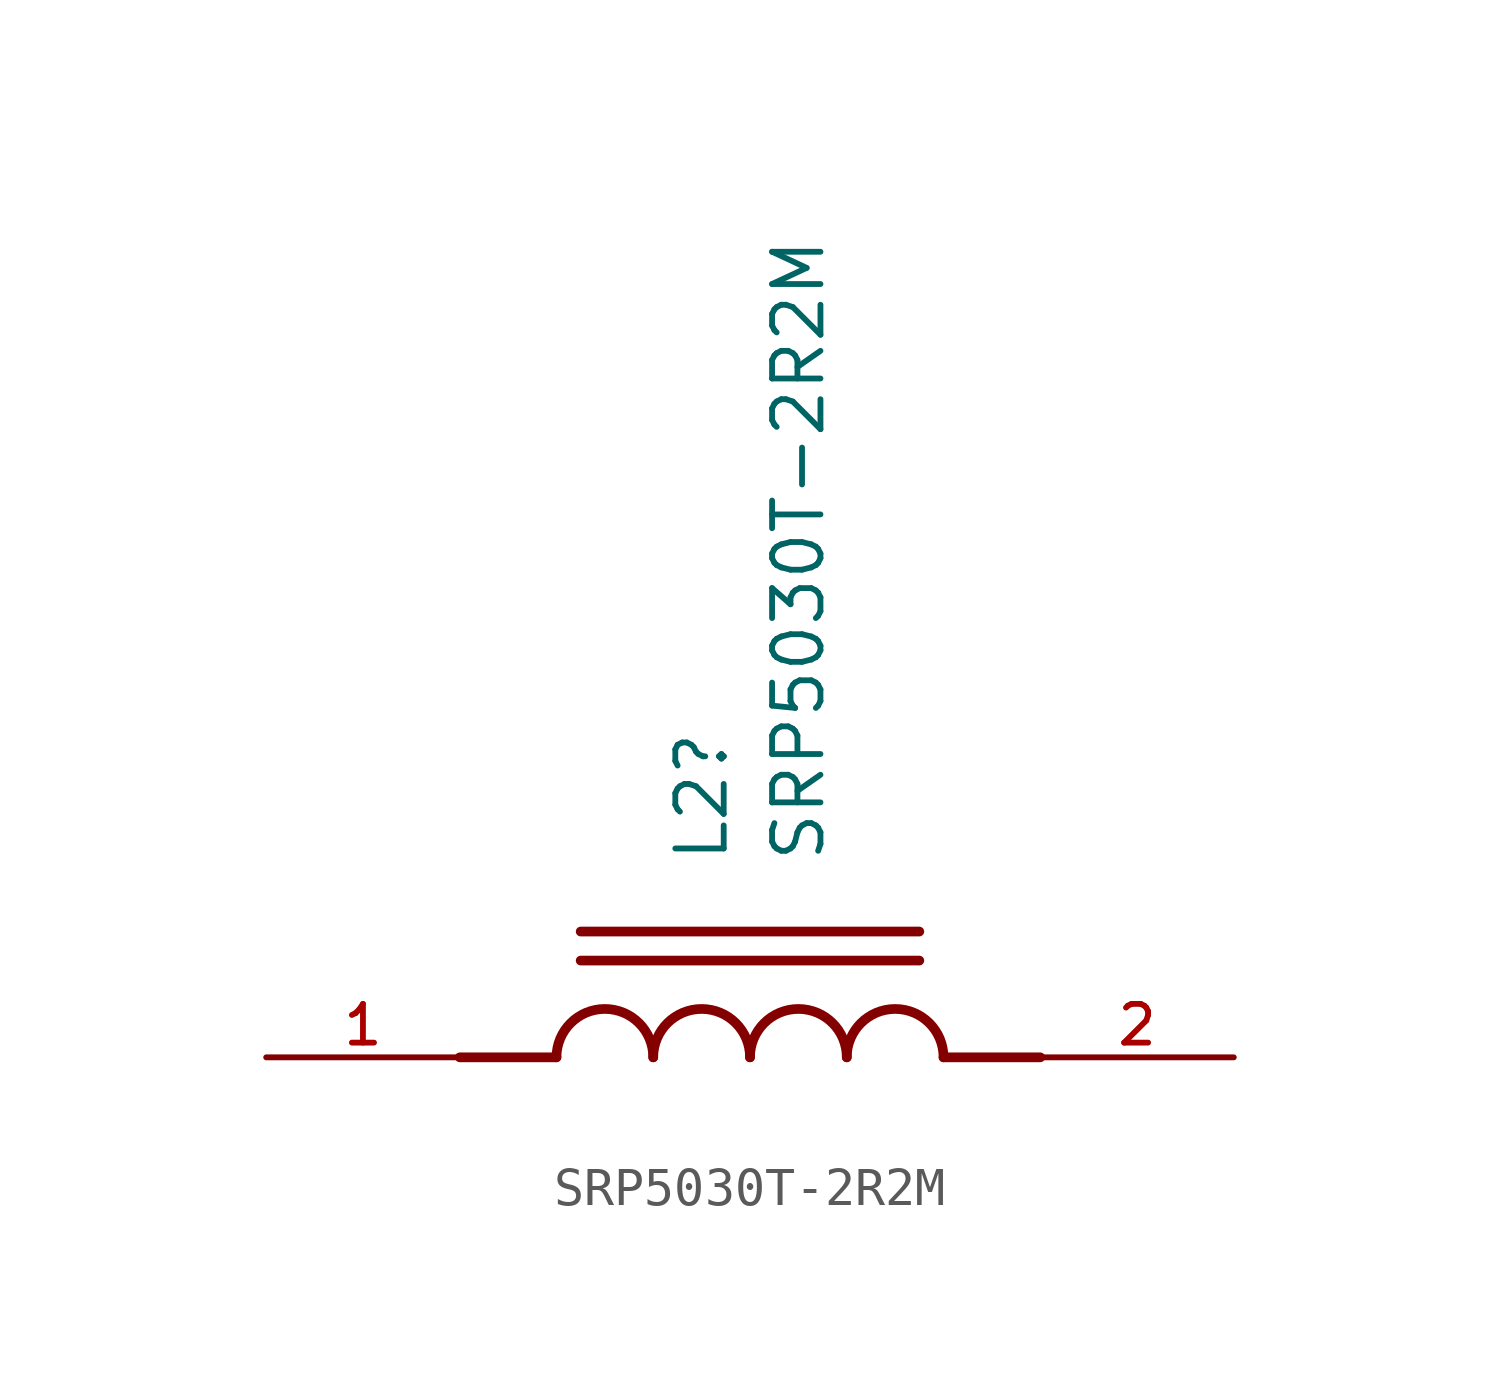
<source format=kicad_sym>
(kicad_symbol_lib
  (version 20241209)
  (generator "kicad_symbol_editor")
  (generator_version "9.0")
  (symbol "SRP5030T-2R2M"
    (pin_names
      (offset 1.016))
    (property "Reference" "L2"
      (at -1.27 5.08 90)
      (effects (font (size 1.27 1.27)) (justify left)))
    (property "Value" "SRP5030T-2R2M"
      (at 1.27 5.08 90)
      (effects (font (size 1.27 1.27)) (justify left)))
    (symbol "SRP5030T-2R2M_0_0"
      (polyline (pts (xy -5.08 0) (xy -7.62 0)) (stroke (width 0.254) (type default)) (fill (type none)))
      (polyline (pts (xy -4.445 3.302) (xy 4.445 3.302)) (stroke (width 0.254) (type default)) (fill (type none)))
      (polyline (pts (xy -4.445 2.54) (xy 4.445 2.54)) (stroke (width 0.254) (type default)) (fill (type none)))
      (arc (start -5.08 0) (mid -3.81 1.2645) (end -2.54 0) (stroke (width 0.254) (type default)) (fill (type none)))
      (arc (start -2.54 0) (mid -1.27 1.2645) (end 0 0) (stroke (width 0.254) (type default)) (fill (type none)))
      (arc (start 0 0) (mid 1.27 1.2645) (end 2.54 0) (stroke (width 0.254) (type default)) (fill (type none)))
      (arc (start 2.54 0) (mid 3.81 1.2645) (end 5.08 0) (stroke (width 0.254) (type default)) (fill (type none)))
      (polyline (pts (xy 5.08 0) (xy 7.62 0)) (stroke (width 0.254) (type default)) (fill (type none)))
      (pin passive line (at -12.7 0 0) (length 5.08) (name "~" (effects (font (size 1.016 1.016)))) (number "1" (effects (font (size 1.016 1.016)))))
      (pin passive line (at 12.7 0 180) (length 5.08) (name "~" (effects (font (size 1.016 1.016)))) (number "2" (effects (font (size 1.016 1.016))))))))
</source>
